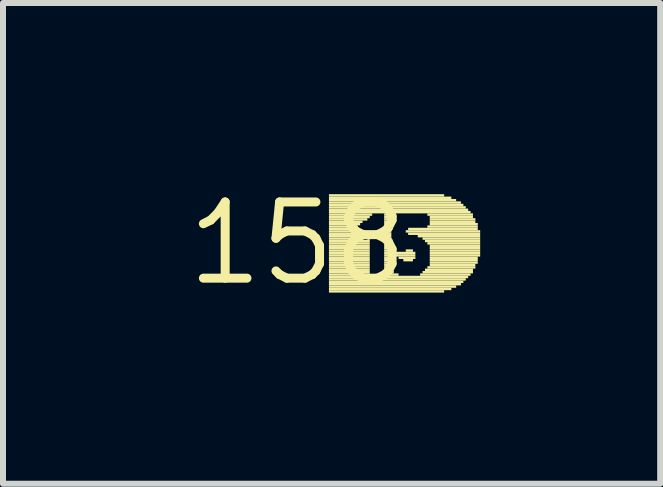
<source format=kicad_pcb>
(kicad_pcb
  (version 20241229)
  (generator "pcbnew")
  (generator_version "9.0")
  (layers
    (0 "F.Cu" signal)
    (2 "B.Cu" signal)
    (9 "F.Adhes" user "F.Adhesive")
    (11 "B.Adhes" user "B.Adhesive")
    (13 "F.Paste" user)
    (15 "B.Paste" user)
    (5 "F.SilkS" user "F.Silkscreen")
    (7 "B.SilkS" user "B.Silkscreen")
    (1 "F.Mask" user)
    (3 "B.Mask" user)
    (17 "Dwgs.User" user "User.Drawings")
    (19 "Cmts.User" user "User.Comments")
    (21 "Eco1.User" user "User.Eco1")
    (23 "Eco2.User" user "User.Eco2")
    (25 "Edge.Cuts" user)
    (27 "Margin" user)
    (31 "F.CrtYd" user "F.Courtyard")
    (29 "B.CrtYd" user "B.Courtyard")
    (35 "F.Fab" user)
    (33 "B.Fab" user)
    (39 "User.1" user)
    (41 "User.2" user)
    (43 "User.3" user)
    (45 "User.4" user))
  (footprint "158"
    (layer "F.Cu")
    (at 1.912 1.006)
    (property "Reference" "158" (at 0 0 0) (layer "F.SilkS") (effects (font (size 1.27 1.27) (thickness 0.15))))
    (attr through_hole)
    (fp_poly (pts (xy 0.52 -0.78) (xy 2.44 -0.78) (xy 2.44 -0.82) (xy 0.52 -0.82)) (stroke (width 0) (type solid)) (fill yes) (layer "F.SilkS"))
    (fp_poly (pts (xy 0.52 -0.74) (xy 2.56 -0.74) (xy 2.56 -0.78) (xy 0.52 -0.78)) (stroke (width 0) (type solid)) (fill yes) (layer "F.SilkS"))
    (fp_poly (pts (xy 0.52 -0.7) (xy 2.64 -0.7) (xy 2.64 -0.74) (xy 0.52 -0.74)) (stroke (width 0) (type solid)) (fill yes) (layer "F.SilkS"))
    (fp_poly (pts (xy 0.52 -0.66) (xy 2.72 -0.66) (xy 2.72 -0.7) (xy 0.52 -0.7)) (stroke (width 0) (type solid)) (fill yes) (layer "F.SilkS"))
    (fp_poly (pts (xy 0.52 -0.62) (xy 2.76 -0.62) (xy 2.76 -0.66) (xy 0.52 -0.66)) (stroke (width 0) (type solid)) (fill yes) (layer "F.SilkS"))
    (fp_poly (pts (xy 0.52 -0.58) (xy 2.8 -0.58) (xy 2.8 -0.62) (xy 0.52 -0.62)) (stroke (width 0) (type solid)) (fill yes) (layer "F.SilkS"))
    (fp_poly (pts (xy 0.52 -0.54) (xy 2.84 -0.54) (xy 2.84 -0.58) (xy 0.52 -0.58)) (stroke (width 0) (type solid)) (fill yes) (layer "F.SilkS"))
    (fp_poly (pts (xy 0.52 -0.5) (xy 2.88 -0.5) (xy 2.88 -0.54) (xy 0.52 -0.54)) (stroke (width 0) (type solid)) (fill yes) (layer "F.SilkS"))
    (fp_poly (pts (xy 0.52 -0.46) (xy 1.24 -0.46) (xy 1.24 -0.5) (xy 0.52 -0.5)) (stroke (width 0) (type solid)) (fill yes) (layer "F.SilkS"))
    (fp_poly (pts (xy 0.52 -0.42) (xy 1.2 -0.42) (xy 1.2 -0.46) (xy 0.52 -0.46)) (stroke (width 0) (type solid)) (fill yes) (layer "F.SilkS"))
    (fp_poly (pts (xy 0.52 -0.38) (xy 1.16 -0.38) (xy 1.16 -0.42) (xy 0.52 -0.42)) (stroke (width 0) (type solid)) (fill yes) (layer "F.SilkS"))
    (fp_poly (pts (xy 0.52 -0.34) (xy 1.08 -0.34) (xy 1.08 -0.38) (xy 0.52 -0.38)) (stroke (width 0) (type solid)) (fill yes) (layer "F.SilkS"))
    (fp_poly (pts (xy 0.52 -0.3) (xy 1.04 -0.3) (xy 1.04 -0.34) (xy 0.52 -0.34)) (stroke (width 0) (type solid)) (fill yes) (layer "F.SilkS"))
    (fp_poly (pts (xy 0.52 -0.26) (xy 1 -0.26) (xy 1 -0.3) (xy 0.52 -0.3)) (stroke (width 0) (type solid)) (fill yes) (layer "F.SilkS"))
    (fp_poly (pts (xy 0.52 -0.22) (xy 0.96 -0.22) (xy 0.96 -0.26) (xy 0.52 -0.26)) (stroke (width 0) (type solid)) (fill yes) (layer "F.SilkS"))
    (fp_poly (pts (xy 0.52 -0.18) (xy 0.96 -0.18) (xy 0.96 -0.22) (xy 0.52 -0.22)) (stroke (width 0) (type solid)) (fill yes) (layer "F.SilkS"))
    (fp_poly (pts (xy 0.52 -0.14) (xy 0.96 -0.14) (xy 0.96 -0.18) (xy 0.52 -0.18)) (stroke (width 0) (type solid)) (fill yes) (layer "F.SilkS"))
    (fp_poly (pts (xy 0.52 -0.1) (xy 0.96 -0.1) (xy 0.96 -0.14) (xy 0.52 -0.14)) (stroke (width 0) (type solid)) (fill yes) (layer "F.SilkS"))
    (fp_poly (pts (xy 0.52 -0.06) (xy 1 -0.06) (xy 1 -0.1) (xy 0.52 -0.1)) (stroke (width 0) (type solid)) (fill yes) (layer "F.SilkS"))
    (fp_poly (pts (xy 0.52 -0.02) (xy 1.2 -0.02) (xy 1.2 -0.06) (xy 0.52 -0.06)) (stroke (width 0) (type solid)) (fill yes) (layer "F.SilkS"))
    (fp_poly (pts (xy 0.52 0.02) (xy 1.2 0.02) (xy 1.2 -0.02) (xy 0.52 -0.02)) (stroke (width 0) (type solid)) (fill yes) (layer "F.SilkS"))
    (fp_poly (pts (xy 0.52 0.06) (xy 1.2 0.06) (xy 1.2 0.02) (xy 0.52 0.02)) (stroke (width 0) (type solid)) (fill yes) (layer "F.SilkS"))
    (fp_poly (pts (xy 0.52 0.1) (xy 1.2 0.1) (xy 1.2 0.06) (xy 0.52 0.06)) (stroke (width 0) (type solid)) (fill yes) (layer "F.SilkS"))
    (fp_poly (pts (xy 0.52 0.14) (xy 1.2 0.14) (xy 1.2 0.1) (xy 0.52 0.1)) (stroke (width 0) (type solid)) (fill yes) (layer "F.SilkS"))
    (fp_poly (pts (xy 0.52 0.18) (xy 1.2 0.18) (xy 1.2 0.14) (xy 0.52 0.14)) (stroke (width 0) (type solid)) (fill yes) (layer "F.SilkS"))
    (fp_poly (pts (xy 0.52 0.22) (xy 1.2 0.22) (xy 1.2 0.18) (xy 0.52 0.18)) (stroke (width 0) (type solid)) (fill yes) (layer "F.SilkS"))
    (fp_poly (pts (xy 0.52 0.26) (xy 1.2 0.26) (xy 1.2 0.22) (xy 0.52 0.22)) (stroke (width 0) (type solid)) (fill yes) (layer "F.SilkS"))
    (fp_poly (pts (xy 0.52 0.3) (xy 1.2 0.3) (xy 1.2 0.26) (xy 0.52 0.26)) (stroke (width 0) (type solid)) (fill yes) (layer "F.SilkS"))
    (fp_poly (pts (xy 0.52 0.34) (xy 1.2 0.34) (xy 1.2 0.3) (xy 0.52 0.3)) (stroke (width 0) (type solid)) (fill yes) (layer "F.SilkS"))
    (fp_poly (pts (xy 0.52 0.38) (xy 1.2 0.38) (xy 1.2 0.34) (xy 0.52 0.34)) (stroke (width 0) (type solid)) (fill yes) (layer "F.SilkS"))
    (fp_poly (pts (xy 0.52 0.42) (xy 1.2 0.42) (xy 1.2 0.38) (xy 0.52 0.38)) (stroke (width 0) (type solid)) (fill yes) (layer "F.SilkS"))
    (fp_poly (pts (xy 0.52 0.46) (xy 1.2 0.46) (xy 1.2 0.42) (xy 0.52 0.42)) (stroke (width 0) (type solid)) (fill yes) (layer "F.SilkS"))
    (fp_poly (pts (xy 0.52 0.5) (xy 1.2 0.5) (xy 1.2 0.46) (xy 0.52 0.46)) (stroke (width 0) (type solid)) (fill yes) (layer "F.SilkS"))
    (fp_poly (pts (xy 0.52 0.54) (xy 1.2 0.54) (xy 1.2 0.5) (xy 0.52 0.5)) (stroke (width 0) (type solid)) (fill yes) (layer "F.SilkS"))
    (fp_poly (pts (xy 0.52 0.58) (xy 2.84 0.58) (xy 2.84 0.54) (xy 0.52 0.54)) (stroke (width 0) (type solid)) (fill yes) (layer "F.SilkS"))
    (fp_poly (pts (xy 0.52 0.62) (xy 2.8 0.62) (xy 2.8 0.58) (xy 0.52 0.58)) (stroke (width 0) (type solid)) (fill yes) (layer "F.SilkS"))
    (fp_poly (pts (xy 0.52 0.66) (xy 2.76 0.66) (xy 2.76 0.62) (xy 0.52 0.62)) (stroke (width 0) (type solid)) (fill yes) (layer "F.SilkS"))
    (fp_poly (pts (xy 0.52 0.7) (xy 2.72 0.7) (xy 2.72 0.66) (xy 0.52 0.66)) (stroke (width 0) (type solid)) (fill yes) (layer "F.SilkS"))
    (fp_poly (pts (xy 0.52 0.74) (xy 2.64 0.74) (xy 2.64 0.7) (xy 0.52 0.7)) (stroke (width 0) (type solid)) (fill yes) (layer "F.SilkS"))
    (fp_poly (pts (xy 0.52 0.78) (xy 2.56 0.78) (xy 2.56 0.74) (xy 0.52 0.74)) (stroke (width 0) (type solid)) (fill yes) (layer "F.SilkS"))
    (fp_poly (pts (xy 0.52 0.82) (xy 2.44 0.82) (xy 2.44 0.78) (xy 0.52 0.78)) (stroke (width 0) (type solid)) (fill yes) (layer "F.SilkS"))
    (fp_poly (pts (xy 1.16 -0.06) (xy 1.2 -0.06) (xy 1.2 -0.1) (xy 1.16 -0.1)) (stroke (width 0) (type solid)) (fill yes) (layer "F.SilkS"))
    (fp_poly (pts (xy 1.4 0.54) (xy 1.68 0.54) (xy 1.68 0.5) (xy 1.4 0.5)) (stroke (width 0) (type solid)) (fill yes) (layer "F.SilkS"))
    (fp_poly (pts (xy 1.44 -0.46) (xy 1.64 -0.46) (xy 1.64 -0.5) (xy 1.44 -0.5)) (stroke (width 0) (type solid)) (fill yes) (layer "F.SilkS"))
    (fp_poly (pts (xy 1.44 -0.42) (xy 1.6 -0.42) (xy 1.6 -0.46) (xy 1.44 -0.46)) (stroke (width 0) (type solid)) (fill yes) (layer "F.SilkS"))
    (fp_poly (pts (xy 1.44 -0.38) (xy 1.6 -0.38) (xy 1.6 -0.42) (xy 1.44 -0.42)) (stroke (width 0) (type solid)) (fill yes) (layer "F.SilkS"))
    (fp_poly (pts (xy 1.44 -0.34) (xy 1.6 -0.34) (xy 1.6 -0.38) (xy 1.44 -0.38)) (stroke (width 0) (type solid)) (fill yes) (layer "F.SilkS"))
    (fp_poly (pts (xy 1.44 -0.3) (xy 1.6 -0.3) (xy 1.6 -0.34) (xy 1.44 -0.34)) (stroke (width 0) (type solid)) (fill yes) (layer "F.SilkS"))
    (fp_poly (pts (xy 1.44 -0.26) (xy 1.56 -0.26) (xy 1.56 -0.3) (xy 1.44 -0.3)) (stroke (width 0) (type solid)) (fill yes) (layer "F.SilkS"))
    (fp_poly (pts (xy 1.44 -0.22) (xy 1.56 -0.22) (xy 1.56 -0.26) (xy 1.44 -0.26)) (stroke (width 0) (type solid)) (fill yes) (layer "F.SilkS"))
    (fp_poly (pts (xy 1.44 -0.18) (xy 1.56 -0.18) (xy 1.56 -0.22) (xy 1.44 -0.22)) (stroke (width 0) (type solid)) (fill yes) (layer "F.SilkS"))
    (fp_poly (pts (xy 1.44 -0.14) (xy 1.56 -0.14) (xy 1.56 -0.18) (xy 1.44 -0.18)) (stroke (width 0) (type solid)) (fill yes) (layer "F.SilkS"))
    (fp_poly (pts (xy 1.44 -0.1) (xy 1.56 -0.1) (xy 1.56 -0.14) (xy 1.44 -0.14)) (stroke (width 0) (type solid)) (fill yes) (layer "F.SilkS"))
    (fp_poly (pts (xy 1.44 -0.06) (xy 1.56 -0.06) (xy 1.56 -0.1) (xy 1.44 -0.1)) (stroke (width 0) (type solid)) (fill yes) (layer "F.SilkS"))
    (fp_poly (pts (xy 1.44 -0.02) (xy 1.56 -0.02) (xy 1.56 -0.06) (xy 1.44 -0.06)) (stroke (width 0) (type solid)) (fill yes) (layer "F.SilkS"))
    (fp_poly (pts (xy 1.44 0.02) (xy 1.56 0.02) (xy 1.56 -0.02) (xy 1.44 -0.02)) (stroke (width 0) (type solid)) (fill yes) (layer "F.SilkS"))
    (fp_poly (pts (xy 1.44 0.06) (xy 1.52 0.06) (xy 1.52 0.02) (xy 1.44 0.02)) (stroke (width 0) (type solid)) (fill yes) (layer "F.SilkS"))
    (fp_poly (pts (xy 1.44 0.1) (xy 1.56 0.1) (xy 1.56 0.06) (xy 1.44 0.06)) (stroke (width 0) (type solid)) (fill yes) (layer "F.SilkS"))
    (fp_poly (pts (xy 1.44 0.14) (xy 1.6 0.14) (xy 1.6 0.1) (xy 1.44 0.1)) (stroke (width 0) (type solid)) (fill yes) (layer "F.SilkS"))
    (fp_poly (pts (xy 1.44 0.18) (xy 1.96 0.18) (xy 1.96 0.14) (xy 1.44 0.14)) (stroke (width 0) (type solid)) (fill yes) (layer "F.SilkS"))
    (fp_poly (pts (xy 1.44 0.22) (xy 1.96 0.22) (xy 1.96 0.18) (xy 1.44 0.18)) (stroke (width 0) (type solid)) (fill yes) (layer "F.SilkS"))
    (fp_poly (pts (xy 1.44 0.26) (xy 1.6 0.26) (xy 1.6 0.22) (xy 1.44 0.22)) (stroke (width 0) (type solid)) (fill yes) (layer "F.SilkS"))
    (fp_poly (pts (xy 1.44 0.3) (xy 1.56 0.3) (xy 1.56 0.26) (xy 1.44 0.26)) (stroke (width 0) (type solid)) (fill yes) (layer "F.SilkS"))
    (fp_poly (pts (xy 1.44 0.34) (xy 1.52 0.34) (xy 1.52 0.3) (xy 1.44 0.3)) (stroke (width 0) (type solid)) (fill yes) (layer "F.SilkS"))
    (fp_poly (pts (xy 1.44 0.38) (xy 1.52 0.38) (xy 1.52 0.34) (xy 1.44 0.34)) (stroke (width 0) (type solid)) (fill yes) (layer "F.SilkS"))
    (fp_poly (pts (xy 1.44 0.42) (xy 1.52 0.42) (xy 1.52 0.38) (xy 1.44 0.38)) (stroke (width 0) (type solid)) (fill yes) (layer "F.SilkS"))
    (fp_poly (pts (xy 1.44 0.46) (xy 1.56 0.46) (xy 1.56 0.42) (xy 1.44 0.42)) (stroke (width 0) (type solid)) (fill yes) (layer "F.SilkS"))
    (fp_poly (pts (xy 1.44 0.5) (xy 1.6 0.5) (xy 1.6 0.46) (xy 1.44 0.46)) (stroke (width 0) (type solid)) (fill yes) (layer "F.SilkS"))
    (fp_poly (pts (xy 1.68 0.26) (xy 1.96 0.26) (xy 1.96 0.22) (xy 1.68 0.22)) (stroke (width 0) (type solid)) (fill yes) (layer "F.SilkS"))
    (fp_poly (pts (xy 1.76 0.3) (xy 1.92 0.3) (xy 1.92 0.26) (xy 1.76 0.26)) (stroke (width 0) (type solid)) (fill yes) (layer "F.SilkS"))
    (fp_poly (pts (xy 1.8 -0.18) (xy 3.04 -0.18) (xy 3.04 -0.22) (xy 1.8 -0.22)) (stroke (width 0) (type solid)) (fill yes) (layer "F.SilkS"))
    (fp_poly (pts (xy 1.8 0.14) (xy 1.92 0.14) (xy 1.92 0.1) (xy 1.8 0.1)) (stroke (width 0) (type solid)) (fill yes) (layer "F.SilkS"))
    (fp_poly (pts (xy 1.84 -0.22) (xy 3 -0.22) (xy 3 -0.26) (xy 1.84 -0.26)) (stroke (width 0) (type solid)) (fill yes) (layer "F.SilkS"))
    (fp_poly (pts (xy 1.84 -0.14) (xy 3.04 -0.14) (xy 3.04 -0.18) (xy 1.84 -0.18)) (stroke (width 0) (type solid)) (fill yes) (layer "F.SilkS"))
    (fp_poly (pts (xy 2 -0.1) (xy 3.04 -0.1) (xy 3.04 -0.14) (xy 2 -0.14)) (stroke (width 0) (type solid)) (fill yes) (layer "F.SilkS"))
    (fp_poly (pts (xy 2.04 0.54) (xy 2.88 0.54) (xy 2.88 0.5) (xy 2.04 0.5)) (stroke (width 0) (type solid)) (fill yes) (layer "F.SilkS"))
    (fp_poly (pts (xy 2.08 -0.06) (xy 3.04 -0.06) (xy 3.04 -0.1) (xy 2.08 -0.1)) (stroke (width 0) (type solid)) (fill yes) (layer "F.SilkS"))
    (fp_poly (pts (xy 2.08 0.5) (xy 2.92 0.5) (xy 2.92 0.46) (xy 2.08 0.46)) (stroke (width 0) (type solid)) (fill yes) (layer "F.SilkS"))
    (fp_poly (pts (xy 2.12 -0.02) (xy 3.04 -0.02) (xy 3.04 -0.06) (xy 2.12 -0.06)) (stroke (width 0) (type solid)) (fill yes) (layer "F.SilkS"))
    (fp_poly (pts (xy 2.12 0.46) (xy 2.92 0.46) (xy 2.92 0.42) (xy 2.12 0.42)) (stroke (width 0) (type solid)) (fill yes) (layer "F.SilkS"))
    (fp_poly (pts (xy 2.16 -0.46) (xy 2.92 -0.46) (xy 2.92 -0.5) (xy 2.16 -0.5)) (stroke (width 0) (type solid)) (fill yes) (layer "F.SilkS"))
    (fp_poly (pts (xy 2.16 -0.26) (xy 3 -0.26) (xy 3 -0.3) (xy 2.16 -0.3)) (stroke (width 0) (type solid)) (fill yes) (layer "F.SilkS"))
    (fp_poly (pts (xy 2.16 0.02) (xy 3.04 0.02) (xy 3.04 -0.02) (xy 2.16 -0.02)) (stroke (width 0) (type solid)) (fill yes) (layer "F.SilkS"))
    (fp_poly (pts (xy 2.16 0.42) (xy 2.96 0.42) (xy 2.96 0.38) (xy 2.16 0.38)) (stroke (width 0) (type solid)) (fill yes) (layer "F.SilkS"))
    (fp_poly (pts (xy 2.2 -0.42) (xy 2.92 -0.42) (xy 2.92 -0.46) (xy 2.2 -0.46)) (stroke (width 0) (type solid)) (fill yes) (layer "F.SilkS"))
    (fp_poly (pts (xy 2.2 -0.38) (xy 2.96 -0.38) (xy 2.96 -0.42) (xy 2.2 -0.42)) (stroke (width 0) (type solid)) (fill yes) (layer "F.SilkS"))
    (fp_poly (pts (xy 2.2 -0.34) (xy 2.96 -0.34) (xy 2.96 -0.38) (xy 2.2 -0.38)) (stroke (width 0) (type solid)) (fill yes) (layer "F.SilkS"))
    (fp_poly (pts (xy 2.2 -0.3) (xy 3 -0.3) (xy 3 -0.34) (xy 2.2 -0.34)) (stroke (width 0) (type solid)) (fill yes) (layer "F.SilkS"))
    (fp_poly (pts (xy 2.2 0.06) (xy 3.04 0.06) (xy 3.04 0.02) (xy 2.2 0.02)) (stroke (width 0) (type solid)) (fill yes) (layer "F.SilkS"))
    (fp_poly (pts (xy 2.2 0.1) (xy 3.04 0.1) (xy 3.04 0.06) (xy 2.2 0.06)) (stroke (width 0) (type solid)) (fill yes) (layer "F.SilkS"))
    (fp_poly (pts (xy 2.2 0.14) (xy 3.04 0.14) (xy 3.04 0.1) (xy 2.2 0.1)) (stroke (width 0) (type solid)) (fill yes) (layer "F.SilkS"))
    (fp_poly (pts (xy 2.2 0.18) (xy 3.04 0.18) (xy 3.04 0.14) (xy 2.2 0.14)) (stroke (width 0) (type solid)) (fill yes) (layer "F.SilkS"))
    (fp_poly (pts (xy 2.2 0.22) (xy 3.04 0.22) (xy 3.04 0.18) (xy 2.2 0.18)) (stroke (width 0) (type solid)) (fill yes) (layer "F.SilkS"))
    (fp_poly (pts (xy 2.2 0.26) (xy 3 0.26) (xy 3 0.22) (xy 2.2 0.22)) (stroke (width 0) (type solid)) (fill yes) (layer "F.SilkS"))
    (fp_poly (pts (xy 2.2 0.3) (xy 3 0.3) (xy 3 0.26) (xy 2.2 0.26)) (stroke (width 0) (type solid)) (fill yes) (layer "F.SilkS"))
    (fp_poly (pts (xy 2.2 0.34) (xy 3 0.34) (xy 3 0.3) (xy 2.2 0.3)) (stroke (width 0) (type solid)) (fill yes) (layer "F.SilkS"))
    (fp_poly (pts (xy 2.2 0.38) (xy 2.96 0.38) (xy 2.96 0.34) (xy 2.2 0.34)) (stroke (width 0) (type solid)) (fill yes) (layer "F.SilkS")))
  (gr_rect
    (start -3 -3)
    (end 7.952 5.012)
    (stroke (width 0.1) (type default))
    (fill no)
    (layer "Edge.Cuts")))
</source>
